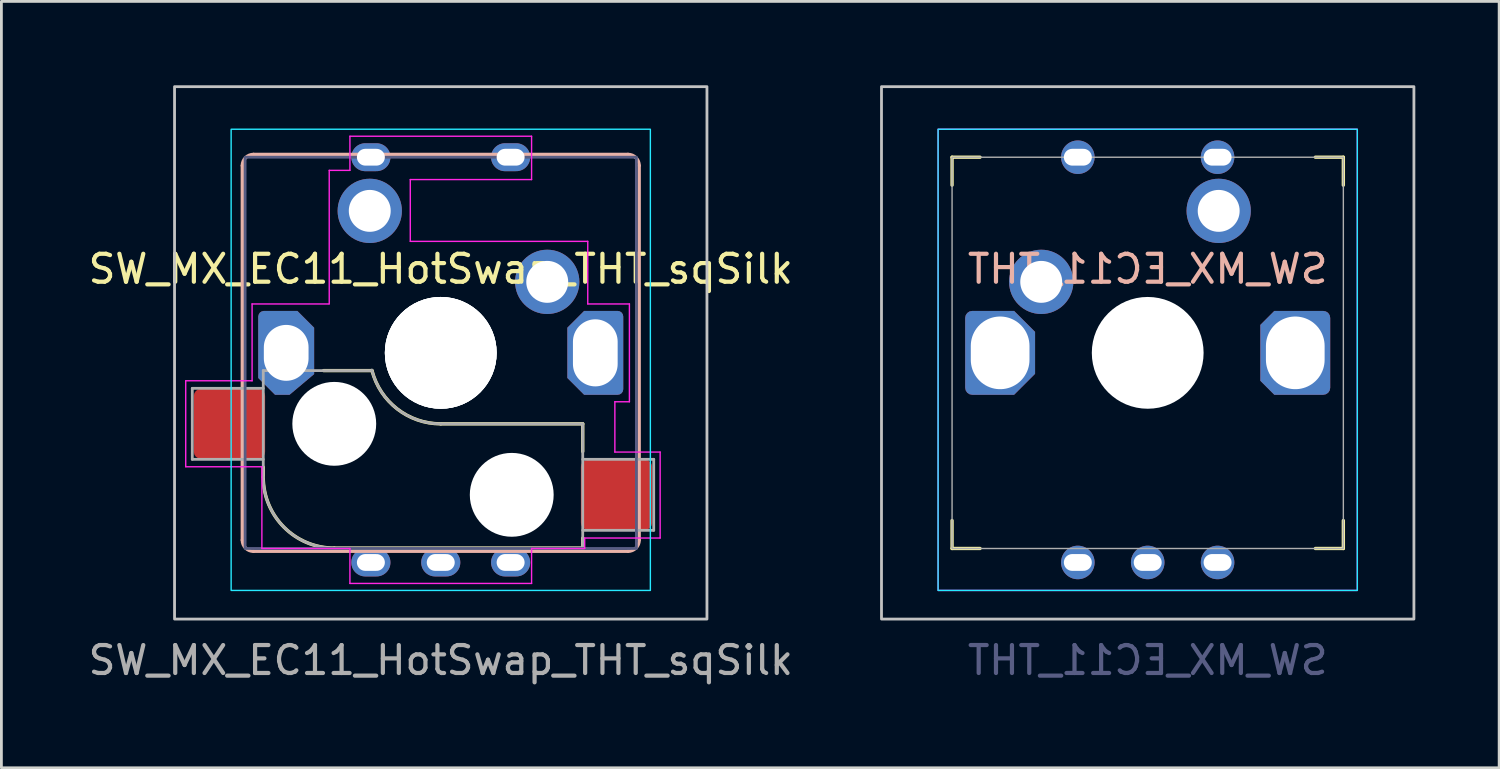
<source format=kicad_pcb>
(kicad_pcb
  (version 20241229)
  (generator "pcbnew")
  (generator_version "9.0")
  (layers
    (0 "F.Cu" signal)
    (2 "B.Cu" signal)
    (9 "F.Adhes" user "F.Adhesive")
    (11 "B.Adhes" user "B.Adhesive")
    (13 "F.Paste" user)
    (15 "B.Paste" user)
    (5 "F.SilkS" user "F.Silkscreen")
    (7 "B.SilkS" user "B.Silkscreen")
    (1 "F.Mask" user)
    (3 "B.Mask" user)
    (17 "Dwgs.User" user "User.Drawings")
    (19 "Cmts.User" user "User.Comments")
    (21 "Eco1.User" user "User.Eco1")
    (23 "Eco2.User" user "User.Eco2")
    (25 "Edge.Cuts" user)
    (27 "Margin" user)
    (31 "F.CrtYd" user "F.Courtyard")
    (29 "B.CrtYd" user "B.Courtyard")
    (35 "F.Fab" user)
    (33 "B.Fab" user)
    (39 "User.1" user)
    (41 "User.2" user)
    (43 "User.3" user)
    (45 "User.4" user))
  (footprint "SW_MX_EC11_HotSwap_THT_sqSilk"
    (layer "F.Cu")
    (at 12.72 9.575)
    (property "Reference" "SW_MX_EC11_HotSwap_THT_sqSilk" (at 0 -3 0) (layer "F.SilkS") (effects (font (size 1 1) (thickness 0.15))))
    (attr through_hole)
    (fp_line (start -6.35 4.445) (end -6.35 4.09) (stroke (width 0.12) (type solid)) (layer "F.SilkS"))
    (fp_line (start -3.81 6.985) (end 5.08 6.985) (stroke (width 0.12) (type solid)) (layer "F.SilkS"))
    (fp_line (start -2.464 0.635) (end -4.191 0.635) (stroke (width 0.12) (type solid)) (layer "F.SilkS"))
    (fp_line (start 5.08 2.54) (end 0 2.54) (stroke (width 0.12) (type solid)) (layer "F.SilkS"))
    (fp_line (start 5.08 2.54) (end 5.08 3.53) (stroke (width 0.12) (type default)) (layer "F.SilkS"))
    (fp_line (start 5.08 6.985) (end 5.08 6.63) (stroke (width 0.12) (type solid)) (layer "F.SilkS"))
    (fp_arc (start -3.81 6.985) (mid -5.606051 6.241051) (end -6.35 4.445) (stroke (width 0.12) (type solid)) (layer "F.SilkS"))
    (fp_arc (start 0 2.54) (mid -1.555901 2.007678) (end -2.459645 0.633836) (stroke (width 0.12) (type default)) (layer "F.SilkS"))
    (fp_line (start -7.1 -6.7) (end -7.1 6.7) (stroke (width 0.12) (type default)) (layer "B.SilkS"))
    (fp_line (start -6.7 7.1) (end 6.7 7.1) (stroke (width 0.12) (type default)) (layer "B.SilkS"))
    (fp_line (start 6.7 -7.1) (end -6.7 -7.1) (stroke (width 0.12) (type default)) (layer "B.SilkS"))
    (fp_line (start 7.1 6.7) (end 7.1 -6.7) (stroke (width 0.12) (type default)) (layer "B.SilkS"))
    (fp_arc (start -7.1 -6.7) (mid -6.982843 -6.982843) (end -6.7 -7.1) (stroke (width 0.12) (type default)) (layer "B.SilkS"))
    (fp_arc (start -6.7 7.1) (mid -6.982843 6.982843) (end -7.1 6.7) (stroke (width 0.12) (type default)) (layer "B.SilkS"))
    (fp_arc (start 6.7 -7.1) (mid 6.982843 -6.982843) (end 7.1 -6.7) (stroke (width 0.12) (type default)) (layer "B.SilkS"))
    (fp_arc (start 7.1 6.7) (mid 6.982843 6.982843) (end 6.7 7.1) (stroke (width 0.12) (type default)) (layer "B.SilkS"))
    (fp_rect (start -9.525 -9.525) (end 9.525 9.525) (stroke (width 0.1) (type default)) (fill no) (layer "Dwgs.User"))
    (fp_rect (start -7.5 -8) (end 7.5 8.5) (stroke (width 0.05) (type default)) (fill no) (layer "B.CrtYd"))
    (fp_line (start -9.125 1) (end -9.125 4.075) (stroke (width 0.05) (type default)) (layer "F.CrtYd"))
    (fp_line (start -9.125 4.075) (end -6.4 4.075) (stroke (width 0.05) (type default)) (layer "F.CrtYd"))
    (fp_line (start -6.75 -1.75) (end -6.75 1) (stroke (width 0.05) (type default)) (layer "F.CrtYd"))
    (fp_line (start -6.75 1) (end -9.125 1) (stroke (width 0.05) (type default)) (layer "F.CrtYd"))
    (fp_line (start -6.4 4.075) (end -6.4 7) (stroke (width 0.05) (type default)) (layer "F.CrtYd"))
    (fp_line (start -4 -1.75) (end -6.75 -1.75) (stroke (width 0.05) (type default)) (layer "F.CrtYd"))
    (fp_line (start -3.99 -6.53) (end -3.99 -1.75) (stroke (width 0.05) (type default)) (layer "F.CrtYd"))
    (fp_line (start -3.25 -7.75) (end -3.25 -6.53) (stroke (width 0.05) (type default)) (layer "F.CrtYd"))
    (fp_line (start -3.25 -6.53) (end -3.99 -6.53) (stroke (width 0.05) (type default)) (layer "F.CrtYd"))
    (fp_line (start -3.25 7) (end -6.4 7) (stroke (width 0.05) (type default)) (layer "F.CrtYd"))
    (fp_line (start -3.25 8.25) (end -3.25 7) (stroke (width 0.05) (type default)) (layer "F.CrtYd"))
    (fp_line (start -1.09 -6.2) (end 3.25 -6.2) (stroke (width 0.05) (type default)) (layer "F.CrtYd"))
    (fp_line (start -1.09 -3.99) (end -1.09 -6.2) (stroke (width 0.05) (type default)) (layer "F.CrtYd"))
    (fp_line (start 3.25 -7.75) (end -3.25 -7.75) (stroke (width 0.05) (type default)) (layer "F.CrtYd"))
    (fp_line (start 3.25 -6.2) (end 3.25 -7.75) (stroke (width 0.05) (type default)) (layer "F.CrtYd"))
    (fp_line (start 3.25 7) (end 3.25 8.25) (stroke (width 0.05) (type default)) (layer "F.CrtYd"))
    (fp_line (start 3.25 8.25) (end -3.25 8.25) (stroke (width 0.05) (type default)) (layer "F.CrtYd"))
    (fp_line (start 5.15 6.625) (end 5.15 7) (stroke (width 0.05) (type default)) (layer "F.CrtYd"))
    (fp_line (start 5.15 7) (end 3.25 7) (stroke (width 0.05) (type default)) (layer "F.CrtYd"))
    (fp_line (start 5.26 -3.99) (end -1.09 -3.99) (stroke (width 0.05) (type default)) (layer "F.CrtYd"))
    (fp_line (start 5.26 -1.75) (end 5.26 -3.99) (stroke (width 0.05) (type default)) (layer "F.CrtYd"))
    (fp_line (start 6.23 1.75) (end 6.23 3.55) (stroke (width 0.05) (type default)) (layer "F.CrtYd"))
    (fp_line (start 6.23 3.55) (end 7.85 3.55) (stroke (width 0.05) (type default)) (layer "F.CrtYd"))
    (fp_line (start 6.75 -1.75) (end 5.26 -1.75) (stroke (width 0.05) (type default)) (layer "F.CrtYd"))
    (fp_line (start 6.75 1.75) (end 6.23 1.75) (stroke (width 0.05) (type default)) (layer "F.CrtYd"))
    (fp_line (start 6.75 1.75) (end 6.75 -1.75) (stroke (width 0.05) (type default)) (layer "F.CrtYd"))
    (fp_line (start 7.85 3.55) (end 7.85 6.625) (stroke (width 0.05) (type default)) (layer "F.CrtYd"))
    (fp_line (start 7.85 6.625) (end 5.15 6.625) (stroke (width 0.05) (type default)) (layer "F.CrtYd"))
    (fp_rect (start -7 -7) (end 7 7) (stroke (width 0.1) (type default)) (fill no) (layer "B.Fab"))
    (fp_line (start -8.89 1.27) (end -8.89 3.81) (stroke (width 0.1) (type solid)) (layer "F.Fab"))
    (fp_line (start -8.89 3.81) (end -6.35 3.81) (stroke (width 0.1) (type solid)) (layer "F.Fab"))
    (fp_line (start -6.35 0.635) (end -6.35 4.445) (stroke (width 0.1) (type solid)) (layer "F.Fab"))
    (fp_line (start -6.35 0.635) (end -2.54 0.635) (stroke (width 0.1) (type solid)) (layer "F.Fab"))
    (fp_line (start -6.35 1.27) (end -8.89 1.27) (stroke (width 0.1) (type solid)) (layer "F.Fab"))
    (fp_line (start -3.81 6.985) (end 5.08 6.985) (stroke (width 0.1) (type solid)) (layer "F.Fab"))
    (fp_line (start 5.08 2.54) (end 0 2.54) (stroke (width 0.1) (type solid)) (layer "F.Fab"))
    (fp_line (start 5.08 6.35) (end 7.62 6.35) (stroke (width 0.1) (type solid)) (layer "F.Fab"))
    (fp_line (start 5.08 6.985) (end 5.08 2.54) (stroke (width 0.1) (type solid)) (layer "F.Fab"))
    (fp_line (start 7.62 3.81) (end 5.08 3.81) (stroke (width 0.1) (type solid)) (layer "F.Fab"))
    (fp_line (start 7.62 6.35) (end 7.62 3.81) (stroke (width 0.1) (type solid)) (layer "F.Fab"))
    (fp_arc (start -3.81 6.985) (mid -5.606051 6.241051) (end -6.35 4.445) (stroke (width 0.1) (type solid)) (layer "F.Fab"))
    (fp_arc (start 0 2.54) (mid -1.563147 2.002042) (end -2.464162 0.61604) (stroke (width 0.1) (type solid)) (layer "F.Fab"))
    (fp_text user "${REFERENCE}" (at 0 11 0) (layer "F.Fab") (effects (font (size 1 1) (thickness 0.15))))
    (pad "" np_thru_hole circle (at -3.81 2.54 180) (size 3 3) (drill 3) (layers "*.Cu" "*.Mask"))
    (pad "" np_thru_hole circle (at 0 0 180) (size 4 4) (drill 4) (layers "*.Cu" "*.Mask"))
    (pad "" np_thru_hole circle (at 0 0 180) (size 4 4) (drill 4) (layers "*.Cu" "*.Mask"))
    (pad "" np_thru_hole circle (at 0 0) (size 4 4) (drill 4) (layers "*.Cu" "*.Mask"))
    (pad "" np_thru_hole circle (at 2.54 5.08 180) (size 3 3) (drill 3) (layers "*.Cu" "*.Mask"))
    (pad "A" thru_hole oval (at 2.5 7.5 180) (size 1.4 1) (drill oval 1 0.6) (layers "*.Cu" "*.Mask"))
    (pad "B" thru_hole oval (at -2.5 7.5 180) (size 1.4 1) (drill oval 1 0.6) (layers "*.Cu" "*.Mask"))
    (pad "C" thru_hole oval (at 0 7.5 180) (size 1.4 1) (drill oval 1 0.6) (layers "*.Cu" "*.Mask"))
    (pad "MP" thru_hole custom (at -5.53 0) (size 2 2) (drill oval 1.6 2.4) (layers "*.Cu" "*.Mask") (options (anchor circle)) (primitives (gr_poly (pts (xy 1 0.76) (xy 0.12 1.5) (xy -0.4 1.5) (xy -1 0.9) (xy -1 -1.3) (xy -0.98 -1.38) (xy -0.94 -1.44) (xy -0.88 -1.48) (xy -0.8 -1.5) (xy 0.4 -1.5) (xy 1 -0.9)) (width 0) (fill yes))))
    (pad "MP" thru_hole roundrect (at 5.53 0 180) (size 2 3) (drill oval 1.6 2.4) (layers "*.Cu" "*.Mask") (roundrect_rratio 0.1) (chamfer_ratio 0.3) (chamfer top_right bottom_right))
    (pad "S1" thru_hole oval (at 2.5 -7 180) (size 1.4 1) (drill oval 1 0.6) (layers "*.Cu" "*.Mask"))
    (pad "S1" thru_hole circle (at 3.81 -2.54 180) (size 2.3 2.3) (drill 1.5) (layers "*.Cu" "*.Mask"))
    (pad "S1" smd roundrect (at 6.29 5.08 180) (size 2.55 2.5) (layers "F.Cu" "F.Mask" "F.Paste") (roundrect_rratio 0.1))
    (pad "S2" smd roundrect (at -7.56 2.54 180) (size 2.55 2.5) (layers "F.Cu" "F.Mask" "F.Paste") (roundrect_rratio 0.1))
    (pad "S2" thru_hole circle (at -2.54 -5.08 180) (size 2.3 2.3) (drill 1.5) (layers "*.Cu" "*.Mask"))
    (pad "S2" thru_hole oval (at -2.5 -7 180) (size 1.4 1) (drill oval 1 0.6) (layers "*.Cu" "*.Mask")))
  (footprint "SW_MX_EC11_THT"
    (layer "F.Cu")
    (at 38.015 9.575)
    (property "Reference" "SW_MX_EC11_THT" (at 0 -3 0) (layer "B.SilkS") (effects (font (size 1 1) (thickness 0.15)) (justify mirror)))
    (attr through_hole)
    (fp_line (start -7 -7) (end -7 -6) (stroke (width 0.12) (type solid)) (layer "F.SilkS"))
    (fp_line (start -7 6) (end -7 7) (stroke (width 0.12) (type solid)) (layer "F.SilkS"))
    (fp_line (start -7 7) (end -6 7) (stroke (width 0.12) (type solid)) (layer "F.SilkS"))
    (fp_line (start -6 -7) (end -7 -7) (stroke (width 0.12) (type solid)) (layer "F.SilkS"))
    (fp_line (start 6 7) (end 7 7) (stroke (width 0.12) (type solid)) (layer "F.SilkS"))
    (fp_line (start 7 -7) (end 6 -7) (stroke (width 0.12) (type solid)) (layer "F.SilkS"))
    (fp_line (start 7 -6) (end 7 -7) (stroke (width 0.12) (type solid)) (layer "F.SilkS"))
    (fp_line (start 7 7) (end 7 6) (stroke (width 0.12) (type solid)) (layer "F.SilkS"))
    (fp_rect (start -9.525 -9.525) (end 9.525 9.525) (stroke (width 0.1) (type default)) (fill no) (layer "Dwgs.User"))
    (fp_rect (start -7.5 -8) (end 7.5 8.5) (stroke (width 0.05) (type default)) (fill no) (layer "B.CrtYd"))
    (fp_rect (start -7.5 -8) (end 7.5 8.5) (stroke (width 0.05) (type default)) (fill no) (layer "F.CrtYd"))
    (fp_rect (start -7 -7) (end 7 7) (stroke (width 0.05) (type default)) (fill no) (layer "F.Fab"))
    (fp_text user "${REFERENCE}" (at 0 11 0) (layer "B.Fab") (effects (font (size 1 1) (thickness 0.15)) (justify mirror)))
    (pad "" np_thru_hole circle (at 0 0) (size 4 4) (drill 4) (layers "*.Cu" "*.Mask"))
    (pad "A" thru_hole circle (at -2.5 7.5) (size 1.2 1.2) (drill oval 1 0.6) (layers "*.Cu" "*.Mask"))
    (pad "B" thru_hole circle (at 2.5 7.5) (size 1.2 1.2) (drill oval 1 0.6) (layers "*.Cu" "*.Mask"))
    (pad "C" thru_hole circle (at 0 7.5) (size 1.2 1.2) (drill oval 1 0.6) (layers "*.Cu" "*.Mask"))
    (pad "MP" thru_hole roundrect (at -5.28 0) (size 2.5 3) (drill oval 2.1 2.6) (layers "*.Cu" "*.Mask") (roundrect_rratio 0.1) (chamfer_ratio 0.3) (chamfer top_right bottom_right))
    (pad "MP" thru_hole roundrect (at 5.28 0 180) (size 2.5 3) (drill oval 2.1 2.6) (layers "*.Cu" "*.Mask") (roundrect_rratio 0.1) (chamfer_ratio 0.2) (chamfer top_right bottom_right))
    (pad "S1" thru_hole circle (at 2.5 -7) (size 1.2 1.2) (drill oval 1 0.6) (layers "*.Cu" "*.Mask"))
    (pad "S1" thru_hole circle (at 2.54 -5.08) (size 2.3 2.3) (drill 1.5) (layers "*.Cu" "*.Mask"))
    (pad "S2" thru_hole circle (at -3.81 -2.54) (size 2.3 2.3) (drill 1.5) (layers "*.Cu" "*.Mask"))
    (pad "S2" thru_hole circle (at -2.5 -7) (size 1.2 1.2) (drill oval 1 0.6) (layers "*.Cu" "*.Mask")))
  (gr_rect
    (start -3 -3)
    (end 50.59 24.423)
    (stroke (width 0.1) (type default))
    (fill no)
    (layer "Edge.Cuts")))
</source>
